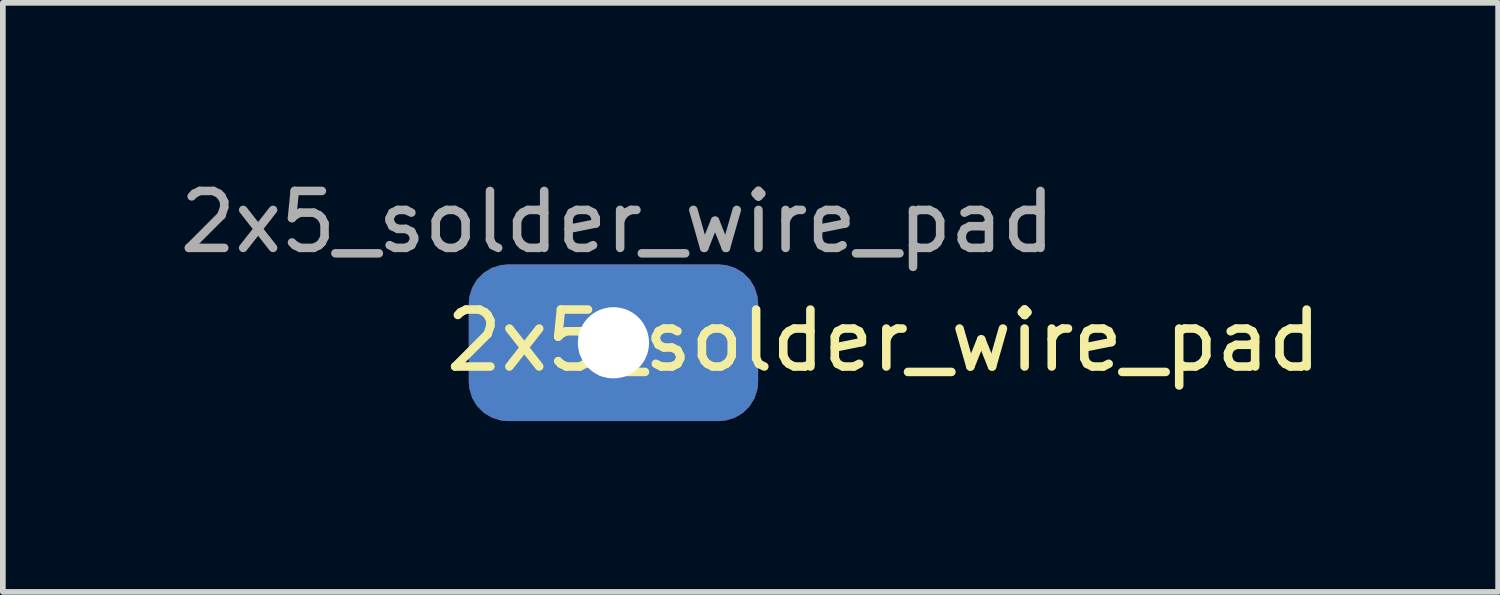
<source format=kicad_pcb>
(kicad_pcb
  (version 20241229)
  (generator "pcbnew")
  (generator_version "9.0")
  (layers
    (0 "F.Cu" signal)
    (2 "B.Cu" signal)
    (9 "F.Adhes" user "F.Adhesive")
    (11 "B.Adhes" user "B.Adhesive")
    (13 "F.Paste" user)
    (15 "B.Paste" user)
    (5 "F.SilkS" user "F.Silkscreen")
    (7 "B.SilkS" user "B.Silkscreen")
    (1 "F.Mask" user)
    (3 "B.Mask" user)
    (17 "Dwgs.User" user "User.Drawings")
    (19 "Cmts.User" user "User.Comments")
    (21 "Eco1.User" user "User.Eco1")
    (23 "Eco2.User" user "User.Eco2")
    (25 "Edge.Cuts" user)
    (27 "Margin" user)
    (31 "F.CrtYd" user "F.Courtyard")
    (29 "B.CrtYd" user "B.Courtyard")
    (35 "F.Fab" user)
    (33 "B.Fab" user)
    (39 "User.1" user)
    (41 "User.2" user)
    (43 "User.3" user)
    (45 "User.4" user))
  (footprint "2x5_solder_wire_pad"
    (layer "F.Cu")
    (at 7.792 2.829)
    (property "Reference" "2x5_solder_wire_pad" (at 4.674 0.102 0) (unlocked yes) (layer "F.SilkS") (effects (font (size 1 1) (thickness 0.15))))
    (attr smd)
    (fp_text user "${REFERENCE}" (at 0 -1.981 0) (unlocked yes) (layer "F.Fab") (effects (font (size 1 1) (thickness 0.15))))
    (pad "1" thru_hole roundrect (at -0.07 0.14) (size 5.081 2.75) (drill 1.25) (layers "*.Cu" "*.Mask") (roundrect_rratio 0.25)))
  (gr_rect
    (start -3 -3)
    (end 23.257 7.344)
    (stroke (width 0.1) (type default))
    (fill no)
    (layer "Edge.Cuts")))
</source>
